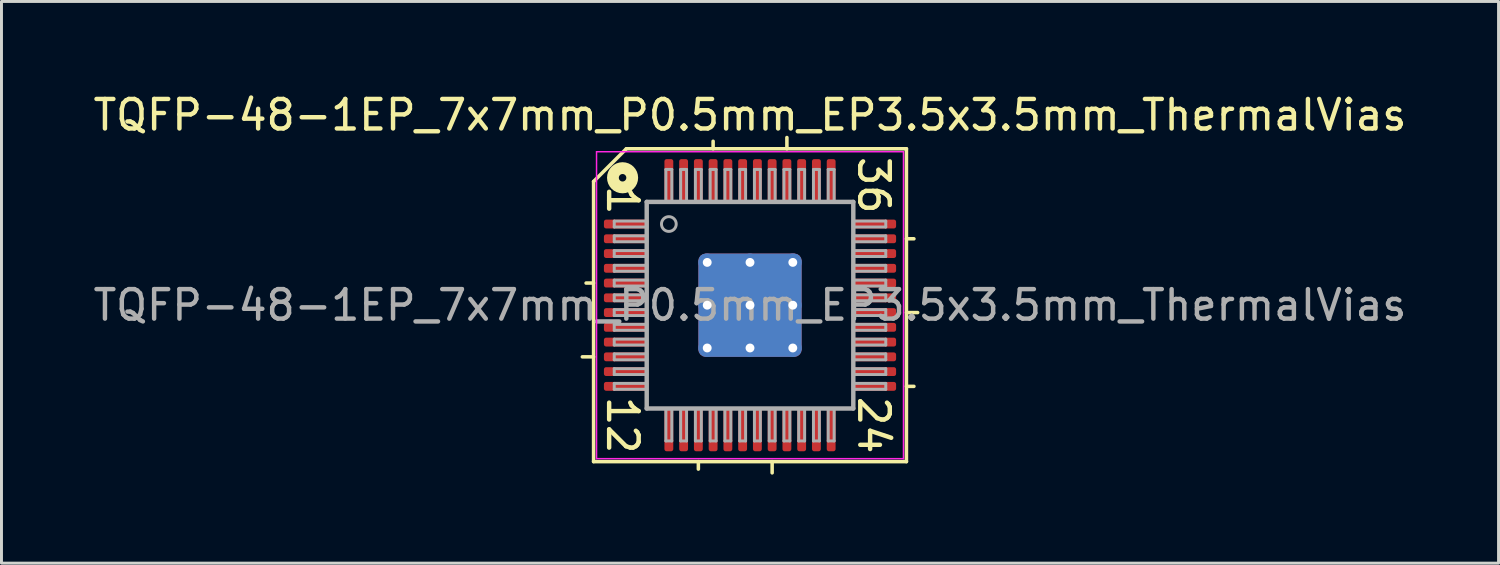
<source format=kicad_pcb>
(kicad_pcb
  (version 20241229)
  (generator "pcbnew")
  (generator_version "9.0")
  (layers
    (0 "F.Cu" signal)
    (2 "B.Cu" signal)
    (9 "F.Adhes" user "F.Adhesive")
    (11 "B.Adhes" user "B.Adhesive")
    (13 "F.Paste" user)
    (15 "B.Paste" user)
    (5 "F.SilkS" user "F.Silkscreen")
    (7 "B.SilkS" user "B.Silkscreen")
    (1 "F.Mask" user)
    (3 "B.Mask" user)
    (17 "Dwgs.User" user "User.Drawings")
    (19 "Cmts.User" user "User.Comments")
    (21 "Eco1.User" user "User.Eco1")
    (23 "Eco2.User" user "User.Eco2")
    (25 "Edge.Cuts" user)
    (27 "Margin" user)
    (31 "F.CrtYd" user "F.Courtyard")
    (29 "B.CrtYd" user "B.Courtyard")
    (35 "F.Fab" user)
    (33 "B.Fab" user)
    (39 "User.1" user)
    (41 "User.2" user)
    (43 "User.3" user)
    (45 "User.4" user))
  (footprint "TQFP-48-1EP_7x7mm_P0.5mm_EP3.5x3.5mm_ThermalVias"
    (layer "F.Cu")
    (at 22.363 7.291)
    (property "Reference" "TQFP-48-1EP_7x7mm_P0.5mm_EP3.5x3.5mm_ThermalVias" (at 0 -6.443 0) (layer "F.SilkS") (effects (font (size 1 1) (thickness 0.15))))
    (attr smd)
    (fp_line (start -5.3 -4.191) (end -5.3 5.3) (stroke (width 0.12) (type solid)) (layer "F.SilkS"))
    (fp_line (start -5.3 -0.75) (end -5.554 -0.75) (stroke (width 0.12) (type solid)) (layer "F.SilkS"))
    (fp_line (start -5.3 1.75) (end -5.681 1.75) (stroke (width 0.12) (type solid)) (layer "F.SilkS"))
    (fp_line (start -5.3 5.3) (end 5.3 5.3) (stroke (width 0.12) (type solid)) (layer "F.SilkS"))
    (fp_line (start -4.191 -5.3) (end -5.3 -4.191) (stroke (width 0.12) (type solid)) (layer "F.SilkS"))
    (fp_line (start -1.75 5.3) (end -1.75 5.554) (stroke (width 0.12) (type solid)) (layer "F.SilkS"))
    (fp_line (start -1.25 -5.3) (end -1.25 -5.554) (stroke (width 0.12) (type solid)) (layer "F.SilkS"))
    (fp_line (start 0.75 5.3) (end 0.75 5.681) (stroke (width 0.12) (type solid)) (layer "F.SilkS"))
    (fp_line (start 1.25 -5.3) (end 1.25 -5.681) (stroke (width 0.12) (type solid)) (layer "F.SilkS"))
    (fp_line (start 5.3 -5.3) (end -4.191 -5.3) (stroke (width 0.12) (type solid)) (layer "F.SilkS"))
    (fp_line (start 5.3 -2.25) (end 5.554 -2.25) (stroke (width 0.12) (type solid)) (layer "F.SilkS"))
    (fp_line (start 5.3 0.25) (end 5.681 0.25) (stroke (width 0.12) (type solid)) (layer "F.SilkS"))
    (fp_line (start 5.3 2.75) (end 5.554 2.75) (stroke (width 0.12) (type solid)) (layer "F.SilkS"))
    (fp_line (start 5.3 5.3) (end 5.3 -5.3) (stroke (width 0.12) (type solid)) (layer "F.SilkS"))
    (fp_circle (center -4.318 -4.318) (end -4.191 -4.318) (stroke (width 0.4) (type solid)) (fill no) (layer "F.SilkS"))
    (fp_line (start -5.2 -5.2) (end -5.2 5.2) (stroke (width 0.05) (type solid)) (layer "F.CrtYd"))
    (fp_line (start -5.2 -5.2) (end 5.2 -5.2) (stroke (width 0.05) (type solid)) (layer "F.CrtYd"))
    (fp_line (start -5.2 5.2) (end 5.2 5.2) (stroke (width 0.05) (type solid)) (layer "F.CrtYd"))
    (fp_line (start 5.2 -5.2) (end 5.2 5.2) (stroke (width 0.05) (type solid)) (layer "F.CrtYd"))
    (fp_line (start -4.6 -2.85) (end -4.6 -2.65) (stroke (width 0.1) (type solid)) (layer "F.Fab"))
    (fp_line (start -4.6 -2.85) (end -3.5 -2.85) (stroke (width 0.1) (type solid)) (layer "F.Fab"))
    (fp_line (start -4.6 -2.65) (end -3.5 -2.65) (stroke (width 0.1) (type solid)) (layer "F.Fab"))
    (fp_line (start -4.6 -2.35) (end -4.6 -2.15) (stroke (width 0.1) (type solid)) (layer "F.Fab"))
    (fp_line (start -4.6 -2.35) (end -3.5 -2.35) (stroke (width 0.1) (type solid)) (layer "F.Fab"))
    (fp_line (start -4.6 -2.15) (end -3.5 -2.15) (stroke (width 0.1) (type solid)) (layer "F.Fab"))
    (fp_line (start -4.6 -1.85) (end -4.6 -1.65) (stroke (width 0.1) (type solid)) (layer "F.Fab"))
    (fp_line (start -4.6 -1.85) (end -3.5 -1.85) (stroke (width 0.1) (type solid)) (layer "F.Fab"))
    (fp_line (start -4.6 -1.65) (end -3.5 -1.65) (stroke (width 0.1) (type solid)) (layer "F.Fab"))
    (fp_line (start -4.6 -1.35) (end -4.6 -1.15) (stroke (width 0.1) (type solid)) (layer "F.Fab"))
    (fp_line (start -4.6 -1.35) (end -3.5 -1.35) (stroke (width 0.1) (type solid)) (layer "F.Fab"))
    (fp_line (start -4.6 -1.15) (end -3.5 -1.15) (stroke (width 0.1) (type solid)) (layer "F.Fab"))
    (fp_line (start -4.6 -0.85) (end -4.6 -0.65) (stroke (width 0.1) (type solid)) (layer "F.Fab"))
    (fp_line (start -4.6 -0.85) (end -3.5 -0.85) (stroke (width 0.1) (type solid)) (layer "F.Fab"))
    (fp_line (start -4.6 -0.65) (end -3.5 -0.65) (stroke (width 0.1) (type solid)) (layer "F.Fab"))
    (fp_line (start -4.6 -0.35) (end -4.6 -0.15) (stroke (width 0.1) (type solid)) (layer "F.Fab"))
    (fp_line (start -4.6 -0.35) (end -3.5 -0.35) (stroke (width 0.1) (type solid)) (layer "F.Fab"))
    (fp_line (start -4.6 -0.15) (end -3.5 -0.15) (stroke (width 0.1) (type solid)) (layer "F.Fab"))
    (fp_line (start -4.6 0.15) (end -4.6 0.35) (stroke (width 0.1) (type solid)) (layer "F.Fab"))
    (fp_line (start -4.6 0.15) (end -3.5 0.15) (stroke (width 0.1) (type solid)) (layer "F.Fab"))
    (fp_line (start -4.6 0.35) (end -3.5 0.35) (stroke (width 0.1) (type solid)) (layer "F.Fab"))
    (fp_line (start -4.6 0.65) (end -4.6 0.85) (stroke (width 0.1) (type solid)) (layer "F.Fab"))
    (fp_line (start -4.6 0.65) (end -3.5 0.65) (stroke (width 0.1) (type solid)) (layer "F.Fab"))
    (fp_line (start -4.6 0.85) (end -3.5 0.85) (stroke (width 0.1) (type solid)) (layer "F.Fab"))
    (fp_line (start -4.6 1.15) (end -4.6 1.35) (stroke (width 0.1) (type solid)) (layer "F.Fab"))
    (fp_line (start -4.6 1.15) (end -3.5 1.15) (stroke (width 0.1) (type solid)) (layer "F.Fab"))
    (fp_line (start -4.6 1.35) (end -3.5 1.35) (stroke (width 0.1) (type solid)) (layer "F.Fab"))
    (fp_line (start -4.6 1.65) (end -4.6 1.85) (stroke (width 0.1) (type solid)) (layer "F.Fab"))
    (fp_line (start -4.6 1.65) (end -3.5 1.65) (stroke (width 0.1) (type solid)) (layer "F.Fab"))
    (fp_line (start -4.6 1.85) (end -3.5 1.85) (stroke (width 0.1) (type solid)) (layer "F.Fab"))
    (fp_line (start -4.6 2.15) (end -4.6 2.35) (stroke (width 0.1) (type solid)) (layer "F.Fab"))
    (fp_line (start -4.6 2.15) (end -3.5 2.15) (stroke (width 0.1) (type solid)) (layer "F.Fab"))
    (fp_line (start -4.6 2.35) (end -3.5 2.35) (stroke (width 0.1) (type solid)) (layer "F.Fab"))
    (fp_line (start -4.6 2.65) (end -4.6 2.85) (stroke (width 0.1) (type solid)) (layer "F.Fab"))
    (fp_line (start -4.6 2.65) (end -3.5 2.65) (stroke (width 0.1) (type solid)) (layer "F.Fab"))
    (fp_line (start -4.6 2.85) (end -3.5 2.85) (stroke (width 0.1) (type solid)) (layer "F.Fab"))
    (fp_line (start -3.5 -3.5) (end 3.5 -3.5) (stroke (width 0.15) (type solid)) (layer "F.Fab"))
    (fp_line (start -3.5 3.5) (end -3.5 -3.5) (stroke (width 0.15) (type solid)) (layer "F.Fab"))
    (fp_line (start -2.85 -4.6) (end -2.85 -3.5) (stroke (width 0.1) (type solid)) (layer "F.Fab"))
    (fp_line (start -2.85 4.6) (end -2.85 3.5) (stroke (width 0.1) (type solid)) (layer "F.Fab"))
    (fp_line (start -2.85 4.6) (end -2.65 4.6) (stroke (width 0.1) (type solid)) (layer "F.Fab"))
    (fp_line (start -2.65 -4.6) (end -2.85 -4.6) (stroke (width 0.1) (type solid)) (layer "F.Fab"))
    (fp_line (start -2.65 -4.6) (end -2.65 -3.5) (stroke (width 0.1) (type solid)) (layer "F.Fab"))
    (fp_line (start -2.65 4.6) (end -2.65 3.5) (stroke (width 0.1) (type solid)) (layer "F.Fab"))
    (fp_line (start -2.35 -4.6) (end -2.35 -3.5) (stroke (width 0.1) (type solid)) (layer "F.Fab"))
    (fp_line (start -2.35 4.6) (end -2.35 3.5) (stroke (width 0.1) (type solid)) (layer "F.Fab"))
    (fp_line (start -2.35 4.6) (end -2.15 4.6) (stroke (width 0.1) (type solid)) (layer "F.Fab"))
    (fp_line (start -2.15 -4.6) (end -2.35 -4.6) (stroke (width 0.1) (type solid)) (layer "F.Fab"))
    (fp_line (start -2.15 -4.6) (end -2.15 -3.5) (stroke (width 0.1) (type solid)) (layer "F.Fab"))
    (fp_line (start -2.15 4.6) (end -2.15 3.5) (stroke (width 0.1) (type solid)) (layer "F.Fab"))
    (fp_line (start -1.85 -4.6) (end -1.85 -3.5) (stroke (width 0.1) (type solid)) (layer "F.Fab"))
    (fp_line (start -1.85 4.6) (end -1.85 3.5) (stroke (width 0.1) (type solid)) (layer "F.Fab"))
    (fp_line (start -1.85 4.6) (end -1.65 4.6) (stroke (width 0.1) (type solid)) (layer "F.Fab"))
    (fp_line (start -1.65 -4.6) (end -1.85 -4.6) (stroke (width 0.1) (type solid)) (layer "F.Fab"))
    (fp_line (start -1.65 -4.6) (end -1.65 -3.5) (stroke (width 0.1) (type solid)) (layer "F.Fab"))
    (fp_line (start -1.65 4.6) (end -1.65 3.5) (stroke (width 0.1) (type solid)) (layer "F.Fab"))
    (fp_line (start -1.35 -4.6) (end -1.35 -3.5) (stroke (width 0.1) (type solid)) (layer "F.Fab"))
    (fp_line (start -1.35 4.6) (end -1.35 3.5) (stroke (width 0.1) (type solid)) (layer "F.Fab"))
    (fp_line (start -1.35 4.6) (end -1.15 4.6) (stroke (width 0.1) (type solid)) (layer "F.Fab"))
    (fp_line (start -1.15 -4.6) (end -1.35 -4.6) (stroke (width 0.1) (type solid)) (layer "F.Fab"))
    (fp_line (start -1.15 -4.6) (end -1.15 -3.5) (stroke (width 0.1) (type solid)) (layer "F.Fab"))
    (fp_line (start -1.15 4.6) (end -1.15 3.5) (stroke (width 0.1) (type solid)) (layer "F.Fab"))
    (fp_line (start -0.85 -4.6) (end -0.85 -3.5) (stroke (width 0.1) (type solid)) (layer "F.Fab"))
    (fp_line (start -0.85 4.6) (end -0.85 3.5) (stroke (width 0.1) (type solid)) (layer "F.Fab"))
    (fp_line (start -0.85 4.6) (end -0.65 4.6) (stroke (width 0.1) (type solid)) (layer "F.Fab"))
    (fp_line (start -0.65 -4.6) (end -0.85 -4.6) (stroke (width 0.1) (type solid)) (layer "F.Fab"))
    (fp_line (start -0.65 -4.6) (end -0.65 -3.5) (stroke (width 0.1) (type solid)) (layer "F.Fab"))
    (fp_line (start -0.65 4.6) (end -0.65 3.5) (stroke (width 0.1) (type solid)) (layer "F.Fab"))
    (fp_line (start -0.35 -4.6) (end -0.35 -3.5) (stroke (width 0.1) (type solid)) (layer "F.Fab"))
    (fp_line (start -0.35 4.6) (end -0.35 3.5) (stroke (width 0.1) (type solid)) (layer "F.Fab"))
    (fp_line (start -0.35 4.6) (end -0.15 4.6) (stroke (width 0.1) (type solid)) (layer "F.Fab"))
    (fp_line (start -0.15 -4.6) (end -0.35 -4.6) (stroke (width 0.1) (type solid)) (layer "F.Fab"))
    (fp_line (start -0.15 -4.6) (end -0.15 -3.5) (stroke (width 0.1) (type solid)) (layer "F.Fab"))
    (fp_line (start -0.15 4.6) (end -0.15 3.5) (stroke (width 0.1) (type solid)) (layer "F.Fab"))
    (fp_line (start 0.15 -4.6) (end 0.15 -3.5) (stroke (width 0.1) (type solid)) (layer "F.Fab"))
    (fp_line (start 0.15 4.6) (end 0.15 3.5) (stroke (width 0.1) (type solid)) (layer "F.Fab"))
    (fp_line (start 0.15 4.6) (end 0.35 4.6) (stroke (width 0.1) (type solid)) (layer "F.Fab"))
    (fp_line (start 0.35 -4.6) (end 0.15 -4.6) (stroke (width 0.1) (type solid)) (layer "F.Fab"))
    (fp_line (start 0.35 -4.6) (end 0.35 -3.5) (stroke (width 0.1) (type solid)) (layer "F.Fab"))
    (fp_line (start 0.35 4.6) (end 0.35 3.5) (stroke (width 0.1) (type solid)) (layer "F.Fab"))
    (fp_line (start 0.65 -4.6) (end 0.65 -3.5) (stroke (width 0.1) (type solid)) (layer "F.Fab"))
    (fp_line (start 0.65 4.6) (end 0.65 3.5) (stroke (width 0.1) (type solid)) (layer "F.Fab"))
    (fp_line (start 0.65 4.6) (end 0.85 4.6) (stroke (width 0.1) (type solid)) (layer "F.Fab"))
    (fp_line (start 0.85 -4.6) (end 0.65 -4.6) (stroke (width 0.1) (type solid)) (layer "F.Fab"))
    (fp_line (start 0.85 -4.6) (end 0.85 -3.5) (stroke (width 0.1) (type solid)) (layer "F.Fab"))
    (fp_line (start 0.85 4.6) (end 0.85 3.5) (stroke (width 0.1) (type solid)) (layer "F.Fab"))
    (fp_line (start 1.15 -4.6) (end 1.15 -3.5) (stroke (width 0.1) (type solid)) (layer "F.Fab"))
    (fp_line (start 1.15 4.6) (end 1.15 3.5) (stroke (width 0.1) (type solid)) (layer "F.Fab"))
    (fp_line (start 1.15 4.6) (end 1.35 4.6) (stroke (width 0.1) (type solid)) (layer "F.Fab"))
    (fp_line (start 1.35 -4.6) (end 1.15 -4.6) (stroke (width 0.1) (type solid)) (layer "F.Fab"))
    (fp_line (start 1.35 -4.6) (end 1.35 -3.5) (stroke (width 0.1) (type solid)) (layer "F.Fab"))
    (fp_line (start 1.35 4.6) (end 1.35 3.5) (stroke (width 0.1) (type solid)) (layer "F.Fab"))
    (fp_line (start 1.65 -4.6) (end 1.65 -3.5) (stroke (width 0.1) (type solid)) (layer "F.Fab"))
    (fp_line (start 1.65 4.6) (end 1.65 3.5) (stroke (width 0.1) (type solid)) (layer "F.Fab"))
    (fp_line (start 1.65 4.6) (end 1.85 4.6) (stroke (width 0.1) (type solid)) (layer "F.Fab"))
    (fp_line (start 1.85 -4.6) (end 1.65 -4.6) (stroke (width 0.1) (type solid)) (layer "F.Fab"))
    (fp_line (start 1.85 -4.6) (end 1.85 -3.5) (stroke (width 0.1) (type solid)) (layer "F.Fab"))
    (fp_line (start 1.85 4.6) (end 1.85 3.5) (stroke (width 0.1) (type solid)) (layer "F.Fab"))
    (fp_line (start 2.15 -4.6) (end 2.15 -3.5) (stroke (width 0.1) (type solid)) (layer "F.Fab"))
    (fp_line (start 2.15 4.6) (end 2.15 3.5) (stroke (width 0.1) (type solid)) (layer "F.Fab"))
    (fp_line (start 2.15 4.6) (end 2.35 4.6) (stroke (width 0.1) (type solid)) (layer "F.Fab"))
    (fp_line (start 2.35 -4.6) (end 2.15 -4.6) (stroke (width 0.1) (type solid)) (layer "F.Fab"))
    (fp_line (start 2.35 -4.6) (end 2.35 -3.5) (stroke (width 0.1) (type solid)) (layer "F.Fab"))
    (fp_line (start 2.35 4.6) (end 2.35 3.5) (stroke (width 0.1) (type solid)) (layer "F.Fab"))
    (fp_line (start 2.65 -4.6) (end 2.65 -3.5) (stroke (width 0.1) (type solid)) (layer "F.Fab"))
    (fp_line (start 2.65 4.6) (end 2.65 3.5) (stroke (width 0.1) (type solid)) (layer "F.Fab"))
    (fp_line (start 2.65 4.6) (end 2.85 4.6) (stroke (width 0.1) (type solid)) (layer "F.Fab"))
    (fp_line (start 2.85 -4.6) (end 2.65 -4.6) (stroke (width 0.1) (type solid)) (layer "F.Fab"))
    (fp_line (start 2.85 -4.6) (end 2.85 -3.5) (stroke (width 0.1) (type solid)) (layer "F.Fab"))
    (fp_line (start 2.85 4.6) (end 2.85 3.5) (stroke (width 0.1) (type solid)) (layer "F.Fab"))
    (fp_line (start 3.5 -3.5) (end 3.5 3.5) (stroke (width 0.15) (type solid)) (layer "F.Fab"))
    (fp_line (start 3.5 3.5) (end -3.5 3.5) (stroke (width 0.15) (type solid)) (layer "F.Fab"))
    (fp_line (start 4.6 -2.85) (end 3.5 -2.85) (stroke (width 0.1) (type solid)) (layer "F.Fab"))
    (fp_line (start 4.6 -2.65) (end 3.5 -2.65) (stroke (width 0.1) (type solid)) (layer "F.Fab"))
    (fp_line (start 4.6 -2.65) (end 4.6 -2.85) (stroke (width 0.1) (type solid)) (layer "F.Fab"))
    (fp_line (start 4.6 -2.35) (end 3.5 -2.35) (stroke (width 0.1) (type solid)) (layer "F.Fab"))
    (fp_line (start 4.6 -2.15) (end 3.5 -2.15) (stroke (width 0.1) (type solid)) (layer "F.Fab"))
    (fp_line (start 4.6 -2.15) (end 4.6 -2.35) (stroke (width 0.1) (type solid)) (layer "F.Fab"))
    (fp_line (start 4.6 -1.85) (end 3.5 -1.85) (stroke (width 0.1) (type solid)) (layer "F.Fab"))
    (fp_line (start 4.6 -1.65) (end 3.5 -1.65) (stroke (width 0.1) (type solid)) (layer "F.Fab"))
    (fp_line (start 4.6 -1.65) (end 4.6 -1.85) (stroke (width 0.1) (type solid)) (layer "F.Fab"))
    (fp_line (start 4.6 -1.35) (end 3.5 -1.35) (stroke (width 0.1) (type solid)) (layer "F.Fab"))
    (fp_line (start 4.6 -1.15) (end 3.5 -1.15) (stroke (width 0.1) (type solid)) (layer "F.Fab"))
    (fp_line (start 4.6 -1.15) (end 4.6 -1.35) (stroke (width 0.1) (type solid)) (layer "F.Fab"))
    (fp_line (start 4.6 -0.85) (end 3.5 -0.85) (stroke (width 0.1) (type solid)) (layer "F.Fab"))
    (fp_line (start 4.6 -0.65) (end 3.5 -0.65) (stroke (width 0.1) (type solid)) (layer "F.Fab"))
    (fp_line (start 4.6 -0.65) (end 4.6 -0.85) (stroke (width 0.1) (type solid)) (layer "F.Fab"))
    (fp_line (start 4.6 -0.35) (end 3.5 -0.35) (stroke (width 0.1) (type solid)) (layer "F.Fab"))
    (fp_line (start 4.6 -0.15) (end 3.5 -0.15) (stroke (width 0.1) (type solid)) (layer "F.Fab"))
    (fp_line (start 4.6 -0.15) (end 4.6 -0.35) (stroke (width 0.1) (type solid)) (layer "F.Fab"))
    (fp_line (start 4.6 0.15) (end 3.5 0.15) (stroke (width 0.1) (type solid)) (layer "F.Fab"))
    (fp_line (start 4.6 0.35) (end 3.5 0.35) (stroke (width 0.1) (type solid)) (layer "F.Fab"))
    (fp_line (start 4.6 0.35) (end 4.6 0.15) (stroke (width 0.1) (type solid)) (layer "F.Fab"))
    (fp_line (start 4.6 0.65) (end 3.5 0.65) (stroke (width 0.1) (type solid)) (layer "F.Fab"))
    (fp_line (start 4.6 0.85) (end 3.5 0.85) (stroke (width 0.1) (type solid)) (layer "F.Fab"))
    (fp_line (start 4.6 0.85) (end 4.6 0.65) (stroke (width 0.1) (type solid)) (layer "F.Fab"))
    (fp_line (start 4.6 1.15) (end 3.5 1.15) (stroke (width 0.1) (type solid)) (layer "F.Fab"))
    (fp_line (start 4.6 1.35) (end 3.5 1.35) (stroke (width 0.1) (type solid)) (layer "F.Fab"))
    (fp_line (start 4.6 1.35) (end 4.6 1.15) (stroke (width 0.1) (type solid)) (layer "F.Fab"))
    (fp_line (start 4.6 1.65) (end 3.5 1.65) (stroke (width 0.1) (type solid)) (layer "F.Fab"))
    (fp_line (start 4.6 1.85) (end 3.5 1.85) (stroke (width 0.1) (type solid)) (layer "F.Fab"))
    (fp_line (start 4.6 1.85) (end 4.6 1.65) (stroke (width 0.1) (type solid)) (layer "F.Fab"))
    (fp_line (start 4.6 2.15) (end 3.5 2.15) (stroke (width 0.1) (type solid)) (layer "F.Fab"))
    (fp_line (start 4.6 2.35) (end 3.5 2.35) (stroke (width 0.1) (type solid)) (layer "F.Fab"))
    (fp_line (start 4.6 2.35) (end 4.6 2.15) (stroke (width 0.1) (type solid)) (layer "F.Fab"))
    (fp_line (start 4.6 2.65) (end 3.5 2.65) (stroke (width 0.1) (type solid)) (layer "F.Fab"))
    (fp_line (start 4.6 2.85) (end 3.5 2.85) (stroke (width 0.1) (type solid)) (layer "F.Fab"))
    (fp_line (start 4.6 2.85) (end 4.6 2.65) (stroke (width 0.1) (type solid)) (layer "F.Fab"))
    (fp_circle (center -2.75 -2.75) (end -2.5 -2.75) (stroke (width 0.1) (type solid)) (fill no) (layer "F.Fab"))
    (fp_text user "1" (at -4.318 -3.556 270) (unlocked yes) (layer "F.SilkS") (effects (font (size 1 1) (thickness 0.15))))
    (fp_text user "12" (at -4.318 4.064 270) (unlocked yes) (layer "F.SilkS") (effects (font (size 1 1) (thickness 0.15))))
    (fp_text user "24" (at 4.191 4.064 270) (unlocked yes) (layer "F.SilkS") (effects (font (size 1 1) (thickness 0.15))))
    (fp_text user "36" (at 4.191 -4.064 270) (unlocked yes) (layer "F.SilkS") (effects (font (size 1 1) (thickness 0.15))))
    (fp_text user "${REFERENCE}" (at 0 0 0) (layer "F.Fab") (effects (font (size 1 1) (thickness 0.15))))
    (pad "" smd roundrect (at -0.825 -0.825) (size 1.35 1.35) (layers "F.Paste") (roundrect_rratio 0.185))
    (pad "" smd roundrect (at -0.825 0.825) (size 1.35 1.35) (layers "F.Paste") (roundrect_rratio 0.185))
    (pad "" smd roundrect (at 0.825 -0.825) (size 1.35 1.35) (layers "F.Paste") (roundrect_rratio 0.185))
    (pad "" smd roundrect (at 0.825 0.825) (size 1.35 1.35) (layers "F.Paste") (roundrect_rratio 0.185))
    (pad "1" smd roundrect (at -4.2 -2.75) (size 1.5 0.3) (layers "F.Cu" "F.Mask" "F.Paste") (roundrect_rratio 0.25))
    (pad "2" smd roundrect (at -4.2 -2.25) (size 1.5 0.3) (layers "F.Cu" "F.Mask" "F.Paste") (roundrect_rratio 0.25))
    (pad "3" smd roundrect (at -4.2 -1.75) (size 1.5 0.3) (layers "F.Cu" "F.Mask" "F.Paste") (roundrect_rratio 0.25))
    (pad "4" smd roundrect (at -4.2 -1.25) (size 1.5 0.3) (layers "F.Cu" "F.Mask" "F.Paste") (roundrect_rratio 0.25))
    (pad "5" smd roundrect (at -4.2 -0.75) (size 1.5 0.3) (layers "F.Cu" "F.Mask" "F.Paste") (roundrect_rratio 0.25))
    (pad "6" smd roundrect (at -4.2 -0.25) (size 1.5 0.3) (layers "F.Cu" "F.Mask" "F.Paste") (roundrect_rratio 0.25))
    (pad "7" smd roundrect (at -4.2 0.25) (size 1.5 0.3) (layers "F.Cu" "F.Mask" "F.Paste") (roundrect_rratio 0.25))
    (pad "8" smd roundrect (at -4.2 0.75) (size 1.5 0.3) (layers "F.Cu" "F.Mask" "F.Paste") (roundrect_rratio 0.25))
    (pad "9" smd roundrect (at -4.2 1.25) (size 1.5 0.3) (layers "F.Cu" "F.Mask" "F.Paste") (roundrect_rratio 0.25))
    (pad "10" smd roundrect (at -4.2 1.75) (size 1.5 0.3) (layers "F.Cu" "F.Mask" "F.Paste") (roundrect_rratio 0.25))
    (pad "11" smd roundrect (at -4.2 2.25) (size 1.5 0.3) (layers "F.Cu" "F.Mask" "F.Paste") (roundrect_rratio 0.25))
    (pad "12" smd roundrect (at -4.2 2.75) (size 1.5 0.3) (layers "F.Cu" "F.Mask" "F.Paste") (roundrect_rratio 0.25))
    (pad "13" smd roundrect (at -2.75 4.2 90) (size 1.5 0.3) (layers "F.Cu" "F.Mask" "F.Paste") (roundrect_rratio 0.25))
    (pad "14" smd roundrect (at -2.25 4.2 90) (size 1.5 0.3) (layers "F.Cu" "F.Mask" "F.Paste") (roundrect_rratio 0.25))
    (pad "15" smd roundrect (at -1.75 4.2 90) (size 1.5 0.3) (layers "F.Cu" "F.Mask" "F.Paste") (roundrect_rratio 0.25))
    (pad "16" smd roundrect (at -1.25 4.2 90) (size 1.5 0.3) (layers "F.Cu" "F.Mask" "F.Paste") (roundrect_rratio 0.25))
    (pad "17" smd roundrect (at -0.75 4.2 90) (size 1.5 0.3) (layers "F.Cu" "F.Mask" "F.Paste") (roundrect_rratio 0.25))
    (pad "18" smd roundrect (at -0.25 4.2 90) (size 1.5 0.3) (layers "F.Cu" "F.Mask" "F.Paste") (roundrect_rratio 0.25))
    (pad "19" smd roundrect (at 0.25 4.2 90) (size 1.5 0.3) (layers "F.Cu" "F.Mask" "F.Paste") (roundrect_rratio 0.25))
    (pad "20" smd roundrect (at 0.75 4.2 90) (size 1.5 0.3) (layers "F.Cu" "F.Mask" "F.Paste") (roundrect_rratio 0.25))
    (pad "21" smd roundrect (at 1.25 4.2 90) (size 1.5 0.3) (layers "F.Cu" "F.Mask" "F.Paste") (roundrect_rratio 0.25))
    (pad "22" smd roundrect (at 1.75 4.2 90) (size 1.5 0.3) (layers "F.Cu" "F.Mask" "F.Paste") (roundrect_rratio 0.25))
    (pad "23" smd roundrect (at 2.25 4.2 90) (size 1.5 0.3) (layers "F.Cu" "F.Mask" "F.Paste") (roundrect_rratio 0.25))
    (pad "24" smd roundrect (at 2.75 4.2 90) (size 1.5 0.3) (layers "F.Cu" "F.Mask" "F.Paste") (roundrect_rratio 0.25))
    (pad "25" smd roundrect (at 4.2 2.75) (size 1.5 0.3) (layers "F.Cu" "F.Mask" "F.Paste") (roundrect_rratio 0.25))
    (pad "26" smd roundrect (at 4.2 2.25) (size 1.5 0.3) (layers "F.Cu" "F.Mask" "F.Paste") (roundrect_rratio 0.25))
    (pad "27" smd roundrect (at 4.2 1.75) (size 1.5 0.3) (layers "F.Cu" "F.Mask" "F.Paste") (roundrect_rratio 0.25))
    (pad "28" smd roundrect (at 4.2 1.25) (size 1.5 0.3) (layers "F.Cu" "F.Mask" "F.Paste") (roundrect_rratio 0.25))
    (pad "29" smd roundrect (at 4.2 0.75) (size 1.5 0.3) (layers "F.Cu" "F.Mask" "F.Paste") (roundrect_rratio 0.25))
    (pad "30" smd roundrect (at 4.2 0.25) (size 1.5 0.3) (layers "F.Cu" "F.Mask" "F.Paste") (roundrect_rratio 0.25))
    (pad "31" smd roundrect (at 4.2 -0.25) (size 1.5 0.3) (layers "F.Cu" "F.Mask" "F.Paste") (roundrect_rratio 0.25))
    (pad "32" smd roundrect (at 4.2 -0.75) (size 1.5 0.3) (layers "F.Cu" "F.Mask" "F.Paste") (roundrect_rratio 0.25))
    (pad "33" smd roundrect (at 4.2 -1.25) (size 1.5 0.3) (layers "F.Cu" "F.Mask" "F.Paste") (roundrect_rratio 0.25))
    (pad "34" smd roundrect (at 4.2 -1.75) (size 1.5 0.3) (layers "F.Cu" "F.Mask" "F.Paste") (roundrect_rratio 0.25))
    (pad "35" smd roundrect (at 4.2 -2.25) (size 1.5 0.3) (layers "F.Cu" "F.Mask" "F.Paste") (roundrect_rratio 0.25))
    (pad "36" smd roundrect (at 4.2 -2.75) (size 1.5 0.3) (layers "F.Cu" "F.Mask" "F.Paste") (roundrect_rratio 0.25))
    (pad "37" smd roundrect (at 2.75 -4.2 90) (size 1.5 0.3) (layers "F.Cu" "F.Mask" "F.Paste") (roundrect_rratio 0.25))
    (pad "38" smd roundrect (at 2.25 -4.2 90) (size 1.5 0.3) (layers "F.Cu" "F.Mask" "F.Paste") (roundrect_rratio 0.25))
    (pad "39" smd roundrect (at 1.75 -4.2 90) (size 1.5 0.3) (layers "F.Cu" "F.Mask" "F.Paste") (roundrect_rratio 0.25))
    (pad "40" smd roundrect (at 1.25 -4.2 90) (size 1.5 0.3) (layers "F.Cu" "F.Mask" "F.Paste") (roundrect_rratio 0.25))
    (pad "41" smd roundrect (at 0.75 -4.2 90) (size 1.5 0.3) (layers "F.Cu" "F.Mask" "F.Paste") (roundrect_rratio 0.25))
    (pad "42" smd roundrect (at 0.25 -4.2 90) (size 1.5 0.3) (layers "F.Cu" "F.Mask" "F.Paste") (roundrect_rratio 0.25))
    (pad "43" smd roundrect (at -0.25 -4.2 90) (size 1.5 0.3) (layers "F.Cu" "F.Mask" "F.Paste") (roundrect_rratio 0.25))
    (pad "44" smd roundrect (at -0.75 -4.2 90) (size 1.5 0.3) (layers "F.Cu" "F.Mask" "F.Paste") (roundrect_rratio 0.25))
    (pad "45" smd roundrect (at -1.25 -4.2 90) (size 1.5 0.3) (layers "F.Cu" "F.Mask" "F.Paste") (roundrect_rratio 0.25))
    (pad "46" smd roundrect (at -1.75 -4.2 90) (size 1.5 0.3) (layers "F.Cu" "F.Mask" "F.Paste") (roundrect_rratio 0.25))
    (pad "47" smd roundrect (at -2.25 -4.2 90) (size 1.5 0.3) (layers "F.Cu" "F.Mask" "F.Paste") (roundrect_rratio 0.25))
    (pad "48" smd roundrect (at -2.75 -4.2 90) (size 1.5 0.3) (layers "F.Cu" "F.Mask" "F.Paste") (roundrect_rratio 0.25))
    (pad "49" thru_hole circle (at -1.45 -1.45) (size 0.6 0.6) (drill 0.3) (property pad_prop_heatsink) (layers "*.Cu"))
    (pad "49" thru_hole circle (at -1.45 0) (size 0.6 0.6) (drill 0.3) (property pad_prop_heatsink) (layers "*.Cu"))
    (pad "49" thru_hole circle (at -1.45 1.45) (size 0.6 0.6) (drill 0.3) (property pad_prop_heatsink) (layers "*.Cu"))
    (pad "49" thru_hole circle (at 0 -1.45) (size 0.6 0.6) (drill 0.3) (property pad_prop_heatsink) (layers "*.Cu"))
    (pad "49" thru_hole circle (at 0 0) (size 0.6 0.6) (drill 0.3) (property pad_prop_heatsink) (layers "*.Cu"))
    (pad "49" smd roundrect (at 0 0) (size 3.5 3.5) (layers "F.Cu" "F.Mask") (roundrect_rratio 0.071))
    (pad "49" smd roundrect (at 0 0) (size 3.5 3.5) (layers "B.Cu" "B.Mask") (roundrect_rratio 0.071))
    (pad "49" thru_hole circle (at 0 1.45) (size 0.6 0.6) (drill 0.3) (property pad_prop_heatsink) (layers "*.Cu"))
    (pad "49" thru_hole circle (at 1.45 -1.45) (size 0.6 0.6) (drill 0.3) (property pad_prop_heatsink) (layers "*.Cu"))
    (pad "49" thru_hole circle (at 1.45 0) (size 0.6 0.6) (drill 0.3) (property pad_prop_heatsink) (layers "*.Cu"))
    (pad "49" thru_hole circle (at 1.45 1.45) (size 0.6 0.6) (drill 0.3) (property pad_prop_heatsink) (layers "*.Cu")))
  (gr_rect
    (start -3 -3)
    (end 47.726 16.032)
    (stroke (width 0.1) (type default))
    (fill no)
    (layer "Edge.Cuts")))
</source>
